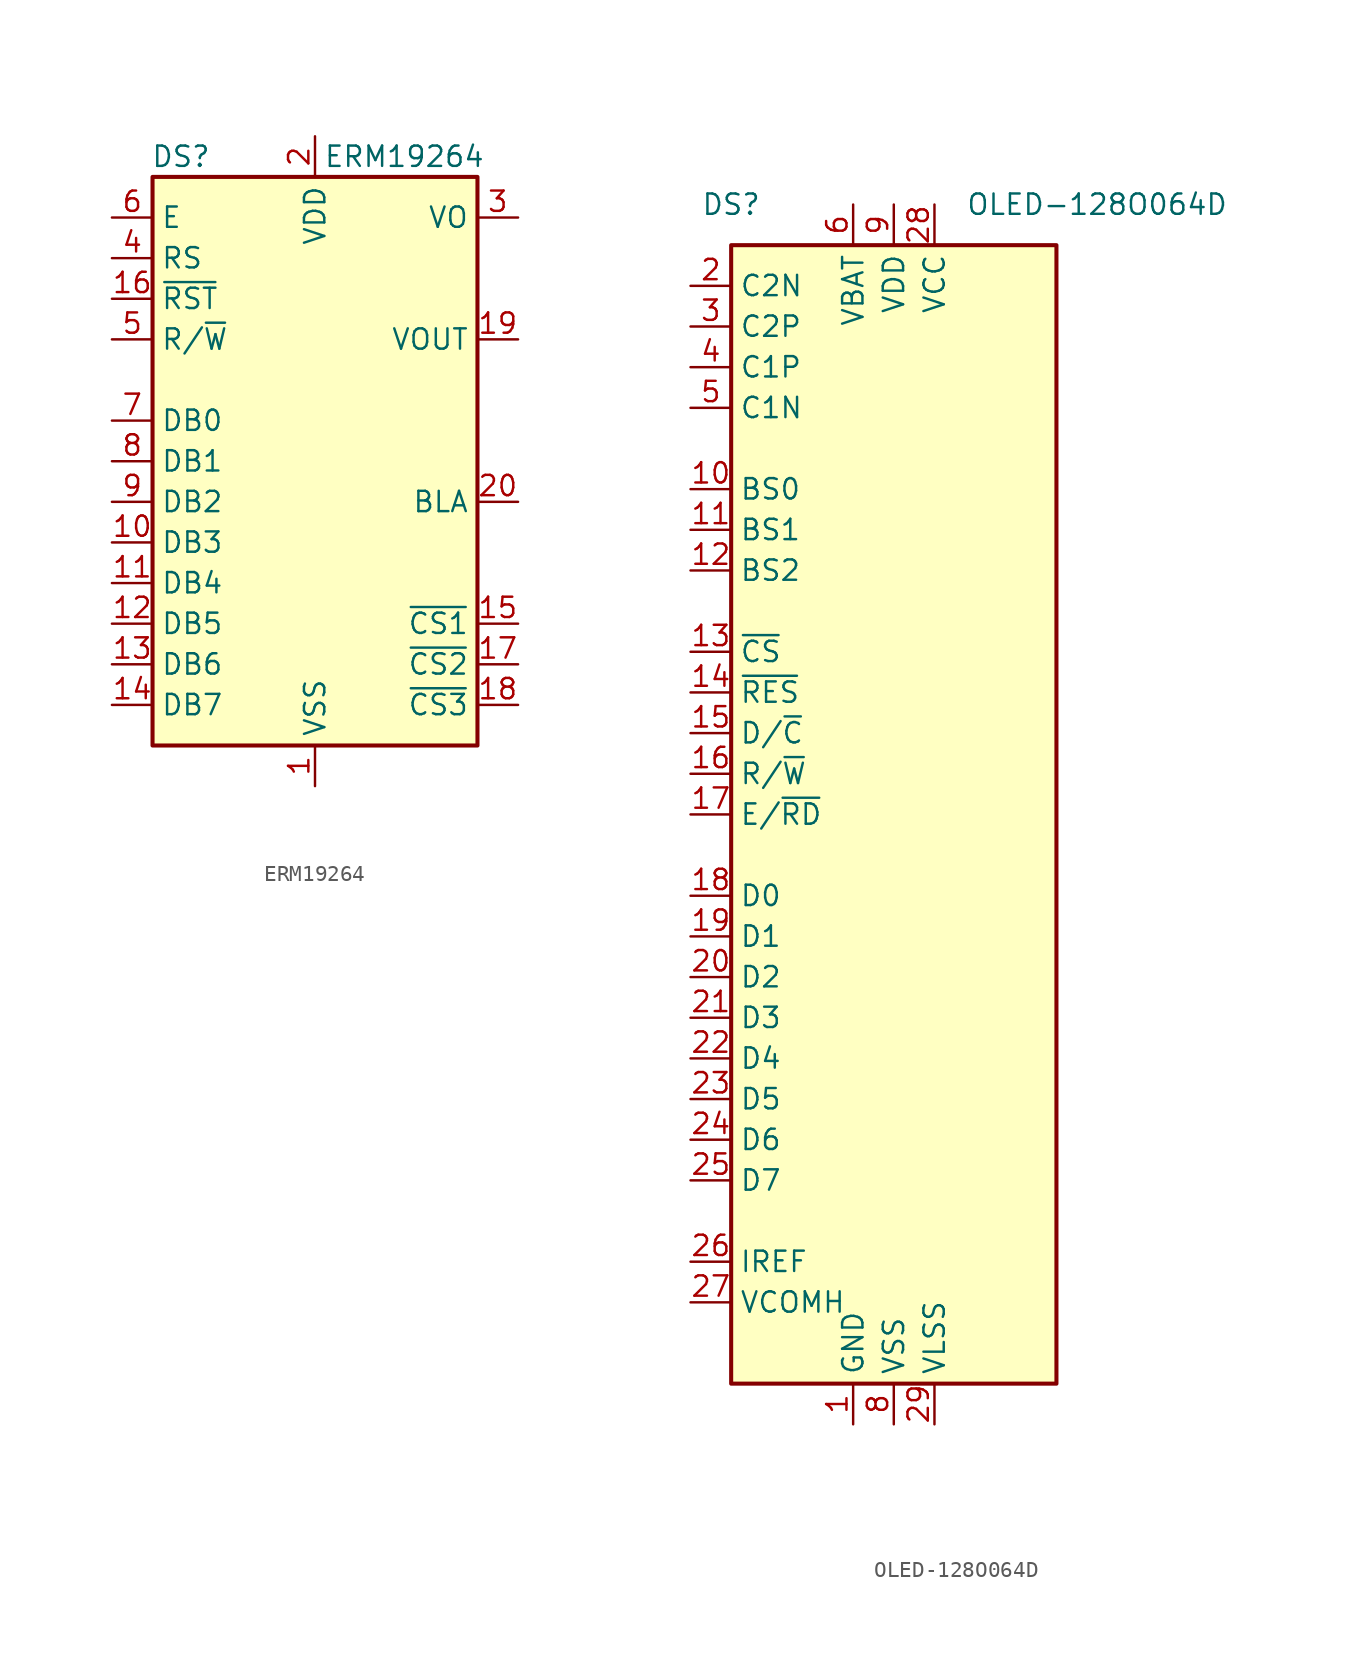
<source format=kicad_sym>
(kicad_symbol_lib
  (version 20201005)
  (generator kicad_symbol_editor)
  (symbol "Display_Graphic:ERM19264"
    (property "Reference" "DS"
      (at -8.382 19.05 0)
      (effects (font (size 1.27 1.27))))
    (property "Value" "ERM19264"
      (at 5.588 19.05 0)
      (effects (font (size 1.27 1.27))))
    (symbol "ERM19264_0_0"
      (pin input line (at 12.7 -15.24 180) (length 2.54) (name "~CS3~" (effects (font (size 1.27 1.27)))) (number "18" (effects (font (size 1.27 1.27))))))
    (symbol "ERM19264_0_1"
      (rectangle (start -10.16 17.78) (end 10.16 -17.78) (stroke (width 0.254)) (fill (type background))))
    (symbol "ERM19264_1_1"
      (pin power_in line (at 0 -20.32 90) (length 2.54) (name "VSS" (effects (font (size 1.27 1.27)))) (number "1" (effects (font (size 1.27 1.27)))))
      (pin power_in line (at 0 20.32 270) (length 2.54) (name "VDD" (effects (font (size 1.27 1.27)))) (number "2" (effects (font (size 1.27 1.27)))))
      (pin passive line (at 12.7 15.24 180) (length 2.54) (name "VO" (effects (font (size 1.27 1.27)))) (number "3" (effects (font (size 1.27 1.27)))))
      (pin input line (at -12.7 12.7 0) (length 2.54) (name "RS" (effects (font (size 1.27 1.27)))) (number "4" (effects (font (size 1.27 1.27)))))
      (pin input line (at -12.7 7.62 0) (length 2.54) (name "R/~W~" (effects (font (size 1.27 1.27)))) (number "5" (effects (font (size 1.27 1.27)))))
      (pin input line (at -12.7 15.24 0) (length 2.54) (name "E" (effects (font (size 1.27 1.27)))) (number "6" (effects (font (size 1.27 1.27)))))
      (pin bidirectional line (at -12.7 2.54 0) (length 2.54) (name "DB0" (effects (font (size 1.27 1.27)))) (number "7" (effects (font (size 1.27 1.27)))))
      (pin bidirectional line (at -12.7 0 0) (length 2.54) (name "DB1" (effects (font (size 1.27 1.27)))) (number "8" (effects (font (size 1.27 1.27)))))
      (pin bidirectional line (at -12.7 -2.54 0) (length 2.54) (name "DB2" (effects (font (size 1.27 1.27)))) (number "9" (effects (font (size 1.27 1.27)))))
      (pin bidirectional line (at -12.7 -5.08 0) (length 2.54) (name "DB3" (effects (font (size 1.27 1.27)))) (number "10" (effects (font (size 1.27 1.27)))))
      (pin bidirectional line (at -12.7 -7.62 0) (length 2.54) (name "DB4" (effects (font (size 1.27 1.27)))) (number "11" (effects (font (size 1.27 1.27)))))
      (pin bidirectional line (at -12.7 -10.16 0) (length 2.54) (name "DB5" (effects (font (size 1.27 1.27)))) (number "12" (effects (font (size 1.27 1.27)))))
      (pin bidirectional line (at -12.7 -12.7 0) (length 2.54) (name "DB6" (effects (font (size 1.27 1.27)))) (number "13" (effects (font (size 1.27 1.27)))))
      (pin bidirectional line (at -12.7 -15.24 0) (length 2.54) (name "DB7" (effects (font (size 1.27 1.27)))) (number "14" (effects (font (size 1.27 1.27)))))
      (pin input line (at 12.7 -10.16 180) (length 2.54) (name "~CS1~" (effects (font (size 1.27 1.27)))) (number "15" (effects (font (size 1.27 1.27)))))
      (pin input line (at -12.7 10.16 0) (length 2.54) (name "~RST~" (effects (font (size 1.27 1.27)))) (number "16" (effects (font (size 1.27 1.27)))))
      (pin input line (at 12.7 -12.7 180) (length 2.54) (name "~CS2~" (effects (font (size 1.27 1.27)))) (number "17" (effects (font (size 1.27 1.27)))))
      (pin passive line (at 12.7 7.62 180) (length 2.54) (name "VOUT" (effects (font (size 1.27 1.27)))) (number "19" (effects (font (size 1.27 1.27)))))
      (pin passive line (at 12.7 -2.54 180) (length 2.54) (name "BLA" (effects (font (size 1.27 1.27)))) (number "20" (effects (font (size 1.27 1.27)))))))
  (symbol "Display_Graphic:OLED-128O064D"
    (property "Reference" "DS"
      (at -10.16 38.1 0)
      (effects (font (size 1.27 1.27))))
    (property "Value" "OLED-128O064D"
      (at 12.7 38.1 0)
      (effects (font (size 1.27 1.27))))
    (symbol "OLED-128O064D_0_1"
      (rectangle (start -10.16 35.56) (end 10.16 -35.56) (stroke (width 0.254)) (fill (type background))))
    (symbol "OLED-128O064D_1_1"
      (pin power_in line (at -2.54 -38.1 90) (length 2.54) (name "GND" (effects (font (size 1.27 1.27)))) (number "1" (effects (font (size 1.27 1.27)))))
      (pin input line (at -12.7 20.32 0) (length 2.54) (name "BS0" (effects (font (size 1.27 1.27)))) (number "10" (effects (font (size 1.27 1.27)))))
      (pin input line (at -12.7 17.78 0) (length 2.54) (name "BS1" (effects (font (size 1.27 1.27)))) (number "11" (effects (font (size 1.27 1.27)))))
      (pin input line (at -12.7 15.24 0) (length 2.54) (name "BS2" (effects (font (size 1.27 1.27)))) (number "12" (effects (font (size 1.27 1.27)))))
      (pin input line (at -12.7 10.16 0) (length 2.54) (name "~CS" (effects (font (size 1.27 1.27)))) (number "13" (effects (font (size 1.27 1.27)))))
      (pin input line (at -12.7 7.62 0) (length 2.54) (name "~RES" (effects (font (size 1.27 1.27)))) (number "14" (effects (font (size 1.27 1.27)))))
      (pin input line (at -12.7 5.08 0) (length 2.54) (name "D/~C" (effects (font (size 1.27 1.27)))) (number "15" (effects (font (size 1.27 1.27)))))
      (pin input line (at -12.7 2.54 0) (length 2.54) (name "R/~W" (effects (font (size 1.27 1.27)))) (number "16" (effects (font (size 1.27 1.27)))))
      (pin input line (at -12.7 0 0) (length 2.54) (name "E/~RD" (effects (font (size 1.27 1.27)))) (number "17" (effects (font (size 1.27 1.27)))))
      (pin bidirectional line (at -12.7 -5.08 0) (length 2.54) (name "D0" (effects (font (size 1.27 1.27)))) (number "18" (effects (font (size 1.27 1.27)))))
      (pin bidirectional line (at -12.7 -7.62 0) (length 2.54) (name "D1" (effects (font (size 1.27 1.27)))) (number "19" (effects (font (size 1.27 1.27)))))
      (pin passive line (at -12.7 33.02 0) (length 2.54) (name "C2N" (effects (font (size 1.27 1.27)))) (number "2" (effects (font (size 1.27 1.27)))))
      (pin bidirectional line (at -12.7 -10.16 0) (length 2.54) (name "D2" (effects (font (size 1.27 1.27)))) (number "20" (effects (font (size 1.27 1.27)))))
      (pin bidirectional line (at -12.7 -12.7 0) (length 2.54) (name "D3" (effects (font (size 1.27 1.27)))) (number "21" (effects (font (size 1.27 1.27)))))
      (pin bidirectional line (at -12.7 -15.24 0) (length 2.54) (name "D4" (effects (font (size 1.27 1.27)))) (number "22" (effects (font (size 1.27 1.27)))))
      (pin bidirectional line (at -12.7 -17.78 0) (length 2.54) (name "D5" (effects (font (size 1.27 1.27)))) (number "23" (effects (font (size 1.27 1.27)))))
      (pin bidirectional line (at -12.7 -20.32 0) (length 2.54) (name "D6" (effects (font (size 1.27 1.27)))) (number "24" (effects (font (size 1.27 1.27)))))
      (pin bidirectional line (at -12.7 -22.86 0) (length 2.54) (name "D7" (effects (font (size 1.27 1.27)))) (number "25" (effects (font (size 1.27 1.27)))))
      (pin passive line (at -12.7 -27.94 0) (length 2.54) (name "IREF" (effects (font (size 1.27 1.27)))) (number "26" (effects (font (size 1.27 1.27)))))
      (pin passive line (at -12.7 -30.48 0) (length 2.54) (name "VCOMH" (effects (font (size 1.27 1.27)))) (number "27" (effects (font (size 1.27 1.27)))))
      (pin power_in line (at 2.54 38.1 270) (length 2.54) (name "VCC" (effects (font (size 1.27 1.27)))) (number "28" (effects (font (size 1.27 1.27)))))
      (pin power_in line (at 2.54 -38.1 90) (length 2.54) (name "VLSS" (effects (font (size 1.27 1.27)))) (number "29" (effects (font (size 1.27 1.27)))))
      (pin passive line (at -12.7 30.48 0) (length 2.54) (name "C2P" (effects (font (size 1.27 1.27)))) (number "3" (effects (font (size 1.27 1.27)))))
      (pin passive line (at -2.54 -38.1 90) (length 2.54) hide (name "GND" (effects (font (size 1.27 1.27)))) (number "30" (effects (font (size 1.27 1.27)))))
      (pin passive line (at -12.7 27.94 0) (length 2.54) (name "C1P" (effects (font (size 1.27 1.27)))) (number "4" (effects (font (size 1.27 1.27)))))
      (pin passive line (at -12.7 25.4 0) (length 2.54) (name "C1N" (effects (font (size 1.27 1.27)))) (number "5" (effects (font (size 1.27 1.27)))))
      (pin power_in line (at -2.54 38.1 270) (length 2.54) (name "VBAT" (effects (font (size 1.27 1.27)))) (number "6" (effects (font (size 1.27 1.27)))))
      (pin no_connect line (at 10.16 0 180) (length 2.54) hide (name "NC" (effects (font (size 1.27 1.27)))) (number "7" (effects (font (size 1.27 1.27)))))
      (pin power_in line (at 0 -38.1 90) (length 2.54) (name "VSS" (effects (font (size 1.27 1.27)))) (number "8" (effects (font (size 1.27 1.27)))))
      (pin power_in line (at 0 38.1 270) (length 2.54) (name "VDD" (effects (font (size 1.27 1.27)))) (number "9" (effects (font (size 1.27 1.27))))))))
</source>
